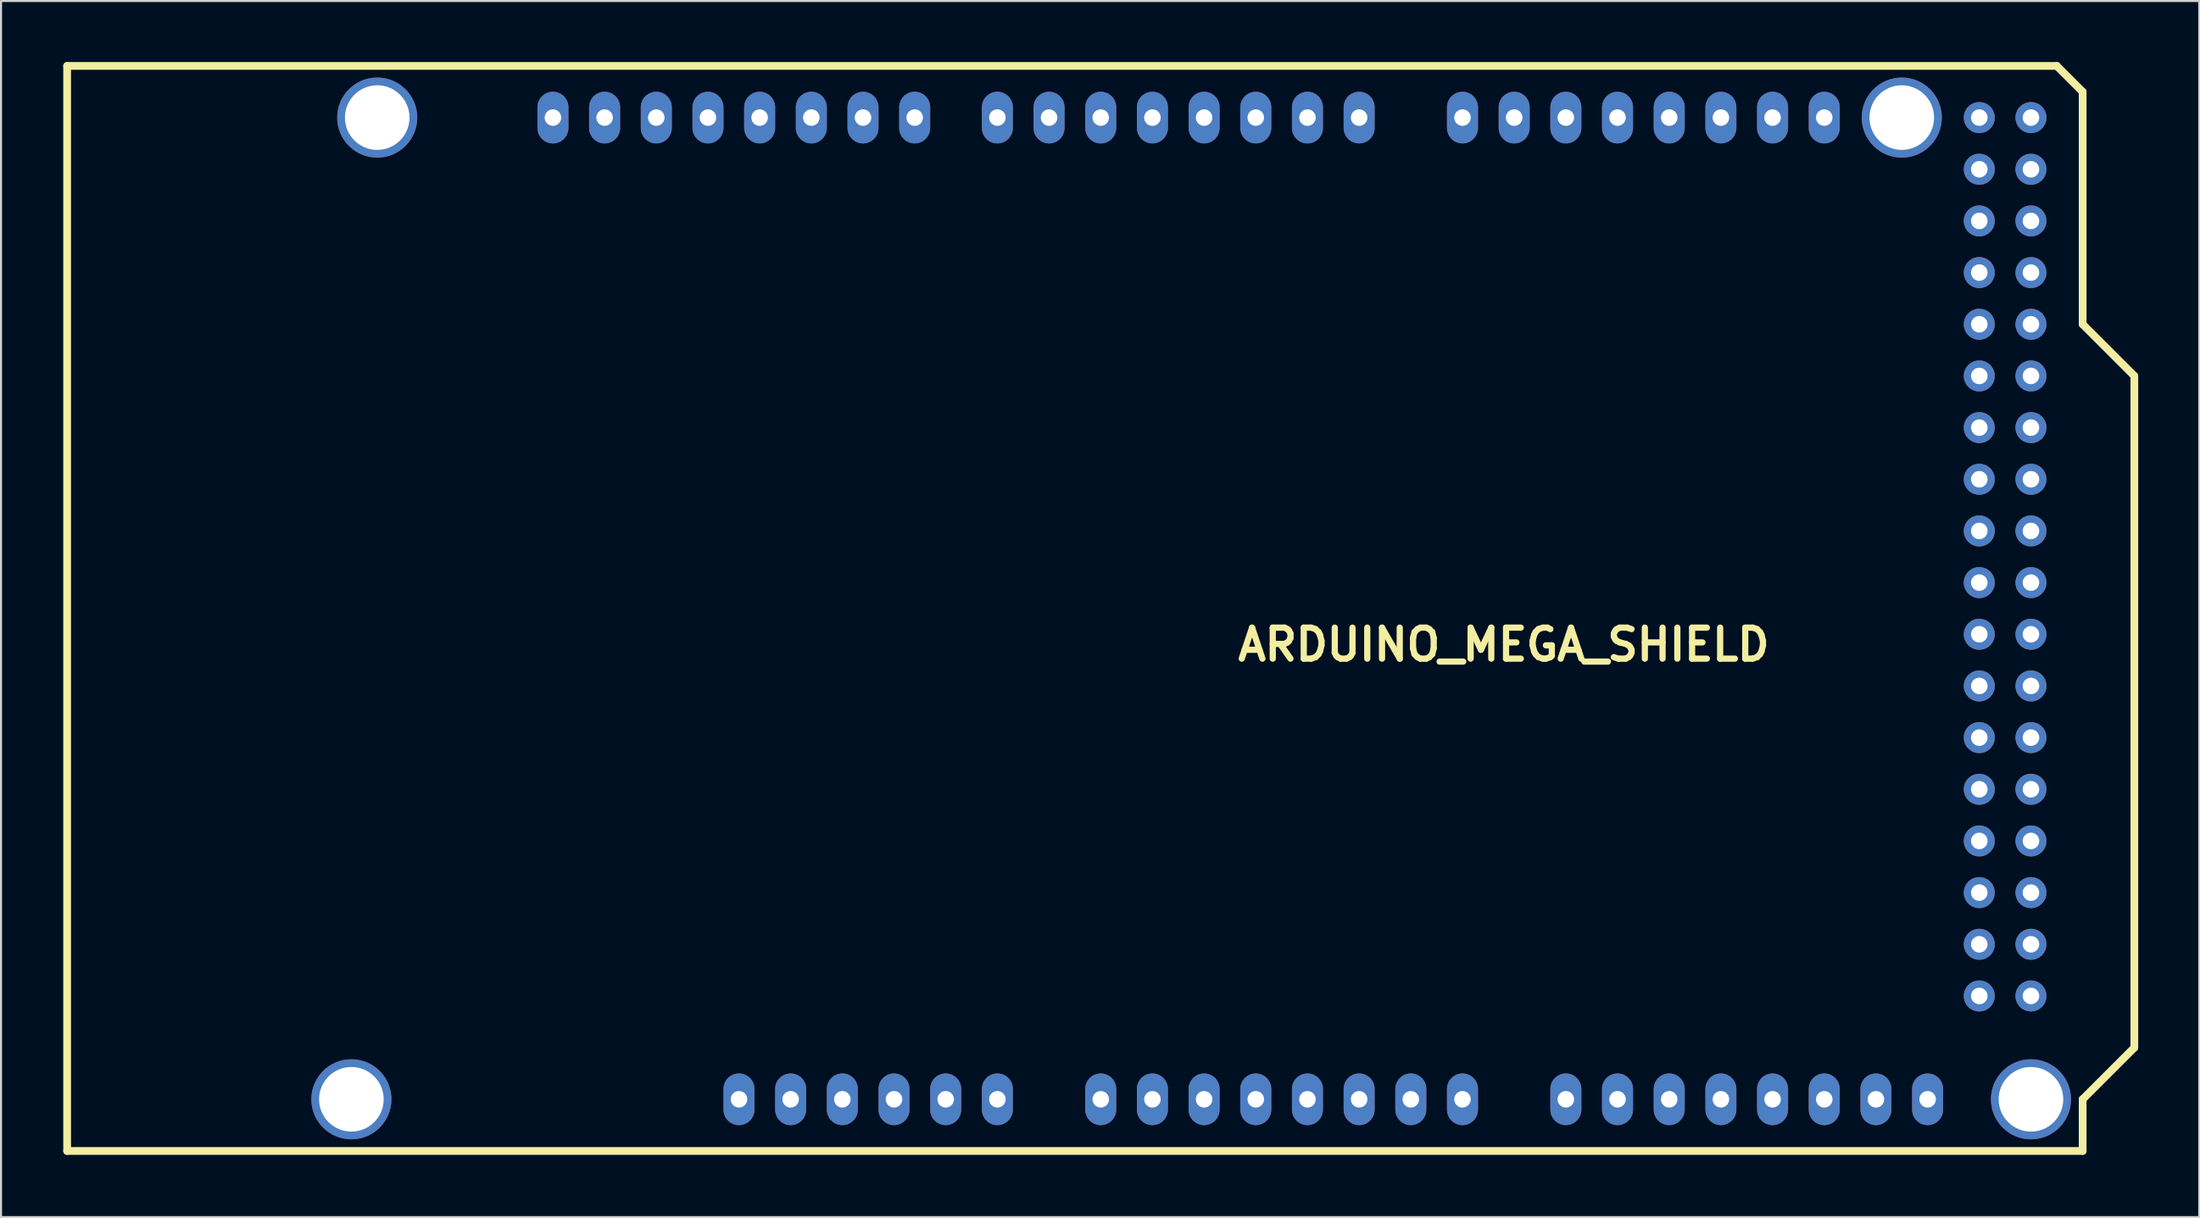
<source format=kicad_pcb>
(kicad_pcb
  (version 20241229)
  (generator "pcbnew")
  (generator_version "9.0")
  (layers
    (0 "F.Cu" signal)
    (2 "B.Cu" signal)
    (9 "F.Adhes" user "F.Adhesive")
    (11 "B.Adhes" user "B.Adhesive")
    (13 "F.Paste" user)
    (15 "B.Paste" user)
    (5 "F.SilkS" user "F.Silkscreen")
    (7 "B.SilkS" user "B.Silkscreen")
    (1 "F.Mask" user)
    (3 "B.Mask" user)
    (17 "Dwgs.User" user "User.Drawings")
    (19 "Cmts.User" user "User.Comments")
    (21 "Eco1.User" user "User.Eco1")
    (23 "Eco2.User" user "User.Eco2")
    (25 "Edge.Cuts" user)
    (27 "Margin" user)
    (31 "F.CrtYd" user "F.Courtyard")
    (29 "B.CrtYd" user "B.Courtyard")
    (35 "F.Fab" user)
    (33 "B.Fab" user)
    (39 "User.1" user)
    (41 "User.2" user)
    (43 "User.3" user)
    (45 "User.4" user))
  (footprint "ARDUINO_MEGA_SHIELD"
    (layer "F.Cu")
    (at 0.25 53.531)
    (property "Reference" "ARDUINO_MEGA_SHIELD" (at 70.612 -24.892 0) (layer "F.SilkS") (effects (font (size 1.524 1.524) (thickness 0.305))))
    (attr through_hole)
    (fp_line (start 0 0) (end 0 -53.34) (stroke (width 0.381) (type solid)) (layer "F.SilkS"))
    (fp_line (start 97.79 -53.34) (end 0 -53.34) (stroke (width 0.381) (type solid)) (layer "F.SilkS"))
    (fp_line (start 99.06 -52.07) (end 97.79 -53.34) (stroke (width 0.381) (type solid)) (layer "F.SilkS"))
    (fp_line (start 99.06 -40.64) (end 99.06 -52.07) (stroke (width 0.381) (type solid)) (layer "F.SilkS"))
    (fp_line (start 99.06 -40.64) (end 101.6 -38.1) (stroke (width 0.381) (type solid)) (layer "F.SilkS"))
    (fp_line (start 99.06 -2.54) (end 99.06 0) (stroke (width 0.381) (type solid)) (layer "F.SilkS"))
    (fp_line (start 99.06 0) (end 0 0) (stroke (width 0.381) (type solid)) (layer "F.SilkS"))
    (fp_line (start 101.6 -38.1) (end 101.6 -5.08) (stroke (width 0.381) (type solid)) (layer "F.SilkS"))
    (fp_line (start 101.6 -5.08) (end 99.06 -2.54) (stroke (width 0.381) (type solid)) (layer "F.SilkS"))
    (pad "" thru_hole circle (at 13.97 -2.54 90) (size 3.937 3.937) (drill 3.175) (layers "*.Cu" "*.Mask"))
    (pad "" thru_hole circle (at 15.24 -50.8 90) (size 3.937 3.937) (drill 3.175) (layers "*.Cu" "*.Mask"))
    (pad "" thru_hole circle (at 90.17 -50.8 90) (size 3.937 3.937) (drill 3.175) (layers "*.Cu" "*.Mask"))
    (pad "" thru_hole circle (at 96.52 -2.54 90) (size 3.937 3.937) (drill 3.175) (layers "*.Cu" "*.Mask"))
    (pad "0" thru_hole oval (at 63.5 -50.8 90) (size 2.54 1.524) (drill 0.813) (layers "*.Cu" "*.Mask"))
    (pad "1" thru_hole oval (at 60.96 -50.8 90) (size 2.54 1.524) (drill 0.813) (layers "*.Cu" "*.Mask"))
    (pad "2" thru_hole oval (at 58.42 -50.8 90) (size 2.54 1.524) (drill 0.813) (layers "*.Cu" "*.Mask"))
    (pad "3" thru_hole oval (at 55.88 -50.8 90) (size 2.54 1.524) (drill 0.813) (layers "*.Cu" "*.Mask"))
    (pad "3V3" thru_hole oval (at 35.56 -2.54 90) (size 2.54 1.524) (drill 0.813) (layers "*.Cu" "*.Mask"))
    (pad "4" thru_hole oval (at 53.34 -50.8 90) (size 2.54 1.524) (drill 0.813) (layers "*.Cu" "*.Mask"))
    (pad "5" thru_hole oval (at 50.8 -50.8 90) (size 2.54 1.524) (drill 0.813) (layers "*.Cu" "*.Mask"))
    (pad "5V" thru_hole oval (at 38.1 -2.54 90) (size 2.54 1.524) (drill 0.813) (layers "*.Cu" "*.Mask"))
    (pad "5V_4" thru_hole circle (at 93.98 -50.8) (size 1.524 1.524) (drill 0.813) (layers "*.Cu" "*.Mask"))
    (pad "5V_5" thru_hole circle (at 96.52 -50.8) (size 1.524 1.524) (drill 0.813) (layers "*.Cu" "*.Mask"))
    (pad "6" thru_hole oval (at 48.26 -50.8 90) (size 2.54 1.524) (drill 0.813) (layers "*.Cu" "*.Mask"))
    (pad "7" thru_hole oval (at 45.72 -50.8 90) (size 2.54 1.524) (drill 0.813) (layers "*.Cu" "*.Mask"))
    (pad "8" thru_hole oval (at 41.656 -50.8 90) (size 2.54 1.524) (drill 0.813) (layers "*.Cu" "*.Mask"))
    (pad "9" thru_hole oval (at 39.116 -50.8 90) (size 2.54 1.524) (drill 0.813) (layers "*.Cu" "*.Mask"))
    (pad "10" thru_hole oval (at 36.576 -50.8 90) (size 2.54 1.524) (drill 0.813) (layers "*.Cu" "*.Mask"))
    (pad "11" thru_hole oval (at 34.036 -50.8 90) (size 2.54 1.524) (drill 0.813) (layers "*.Cu" "*.Mask"))
    (pad "12" thru_hole oval (at 31.496 -50.8 90) (size 2.54 1.524) (drill 0.813) (layers "*.Cu" "*.Mask"))
    (pad "13" thru_hole oval (at 28.956 -50.8 90) (size 2.54 1.524) (drill 0.813) (layers "*.Cu" "*.Mask"))
    (pad "14" thru_hole oval (at 68.58 -50.8 90) (size 2.54 1.524) (drill 0.813) (layers "*.Cu" "*.Mask"))
    (pad "15" thru_hole oval (at 71.12 -50.8 90) (size 2.54 1.524) (drill 0.813) (layers "*.Cu" "*.Mask"))
    (pad "16" thru_hole oval (at 73.66 -50.8 90) (size 2.54 1.524) (drill 0.813) (layers "*.Cu" "*.Mask"))
    (pad "17" thru_hole oval (at 76.2 -50.8 90) (size 2.54 1.524) (drill 0.813) (layers "*.Cu" "*.Mask"))
    (pad "18" thru_hole oval (at 78.74 -50.8 90) (size 2.54 1.524) (drill 0.813) (layers "*.Cu" "*.Mask"))
    (pad "19" thru_hole oval (at 81.28 -50.8 90) (size 2.54 1.524) (drill 0.813) (layers "*.Cu" "*.Mask"))
    (pad "20" thru_hole oval (at 83.82 -50.8 90) (size 2.54 1.524) (drill 0.813) (layers "*.Cu" "*.Mask"))
    (pad "21" thru_hole oval (at 86.36 -50.8 90) (size 2.54 1.524) (drill 0.813) (layers "*.Cu" "*.Mask"))
    (pad "22" thru_hole circle (at 93.98 -48.26) (size 1.524 1.524) (drill 0.813) (layers "*.Cu" "*.Mask"))
    (pad "23" thru_hole circle (at 96.52 -48.26) (size 1.524 1.524) (drill 0.813) (layers "*.Cu" "*.Mask"))
    (pad "24" thru_hole circle (at 93.98 -45.72) (size 1.524 1.524) (drill 0.813) (layers "*.Cu" "*.Mask"))
    (pad "25" thru_hole circle (at 96.52 -45.72) (size 1.524 1.524) (drill 0.813) (layers "*.Cu" "*.Mask"))
    (pad "26" thru_hole circle (at 93.98 -43.18) (size 1.524 1.524) (drill 0.813) (layers "*.Cu" "*.Mask"))
    (pad "27" thru_hole circle (at 96.52 -43.18) (size 1.524 1.524) (drill 0.813) (layers "*.Cu" "*.Mask"))
    (pad "28" thru_hole circle (at 93.98 -40.64) (size 1.524 1.524) (drill 0.813) (layers "*.Cu" "*.Mask"))
    (pad "29" thru_hole circle (at 96.52 -40.64) (size 1.524 1.524) (drill 0.813) (layers "*.Cu" "*.Mask"))
    (pad "30" thru_hole circle (at 93.98 -38.1) (size 1.524 1.524) (drill 0.813) (layers "*.Cu" "*.Mask"))
    (pad "31" thru_hole circle (at 96.52 -38.1) (size 1.524 1.524) (drill 0.813) (layers "*.Cu" "*.Mask"))
    (pad "32" thru_hole circle (at 93.98 -35.56) (size 1.524 1.524) (drill 0.813) (layers "*.Cu" "*.Mask"))
    (pad "33" thru_hole circle (at 96.52 -35.56) (size 1.524 1.524) (drill 0.813) (layers "*.Cu" "*.Mask"))
    (pad "34" thru_hole circle (at 93.98 -33.02) (size 1.524 1.524) (drill 0.813) (layers "*.Cu" "*.Mask"))
    (pad "35" thru_hole circle (at 96.52 -33.02) (size 1.524 1.524) (drill 0.813) (layers "*.Cu" "*.Mask"))
    (pad "36" thru_hole circle (at 93.98 -30.48) (size 1.524 1.524) (drill 0.813) (layers "*.Cu" "*.Mask"))
    (pad "37" thru_hole circle (at 96.52 -30.48) (size 1.524 1.524) (drill 0.813) (layers "*.Cu" "*.Mask"))
    (pad "38" thru_hole circle (at 93.98 -27.94) (size 1.524 1.524) (drill 0.813) (layers "*.Cu" "*.Mask"))
    (pad "39" thru_hole circle (at 96.52 -27.94) (size 1.524 1.524) (drill 0.813) (layers "*.Cu" "*.Mask"))
    (pad "40" thru_hole circle (at 93.98 -25.4) (size 1.524 1.524) (drill 0.813) (layers "*.Cu" "*.Mask"))
    (pad "41" thru_hole circle (at 96.52 -25.4) (size 1.524 1.524) (drill 0.813) (layers "*.Cu" "*.Mask"))
    (pad "42" thru_hole circle (at 93.98 -22.86) (size 1.524 1.524) (drill 0.813) (layers "*.Cu" "*.Mask"))
    (pad "43" thru_hole circle (at 96.52 -22.86) (size 1.524 1.524) (drill 0.813) (layers "*.Cu" "*.Mask"))
    (pad "44" thru_hole circle (at 93.98 -20.32) (size 1.524 1.524) (drill 0.813) (layers "*.Cu" "*.Mask"))
    (pad "45" thru_hole circle (at 96.52 -20.32) (size 1.524 1.524) (drill 0.813) (layers "*.Cu" "*.Mask"))
    (pad "46" thru_hole circle (at 93.98 -17.78) (size 1.524 1.524) (drill 0.813) (layers "*.Cu" "*.Mask"))
    (pad "47" thru_hole circle (at 96.52 -17.78) (size 1.524 1.524) (drill 0.813) (layers "*.Cu" "*.Mask"))
    (pad "48" thru_hole circle (at 93.98 -15.24) (size 1.524 1.524) (drill 0.813) (layers "*.Cu" "*.Mask"))
    (pad "49" thru_hole circle (at 96.52 -15.24) (size 1.524 1.524) (drill 0.813) (layers "*.Cu" "*.Mask"))
    (pad "50" thru_hole circle (at 93.98 -12.7) (size 1.524 1.524) (drill 0.813) (layers "*.Cu" "*.Mask"))
    (pad "51" thru_hole circle (at 96.52 -12.7) (size 1.524 1.524) (drill 0.813) (layers "*.Cu" "*.Mask"))
    (pad "52" thru_hole circle (at 93.98 -10.16) (size 1.524 1.524) (drill 0.813) (layers "*.Cu" "*.Mask"))
    (pad "53" thru_hole circle (at 96.52 -10.16) (size 1.524 1.524) (drill 0.813) (layers "*.Cu" "*.Mask"))
    (pad "AD0" thru_hole oval (at 50.8 -2.54 90) (size 2.54 1.524) (drill 0.813) (layers "*.Cu" "*.Mask"))
    (pad "AD1" thru_hole oval (at 53.34 -2.54 90) (size 2.54 1.524) (drill 0.813) (layers "*.Cu" "*.Mask"))
    (pad "AD2" thru_hole oval (at 55.88 -2.54 90) (size 2.54 1.524) (drill 0.813) (layers "*.Cu" "*.Mask"))
    (pad "AD3" thru_hole oval (at 58.42 -2.54 90) (size 2.54 1.524) (drill 0.813) (layers "*.Cu" "*.Mask"))
    (pad "AD4" thru_hole oval (at 60.96 -2.54 90) (size 2.54 1.524) (drill 0.813) (layers "*.Cu" "*.Mask"))
    (pad "AD5" thru_hole oval (at 63.5 -2.54 90) (size 2.54 1.524) (drill 0.813) (layers "*.Cu" "*.Mask"))
    (pad "AD6" thru_hole oval (at 66.04 -2.54 90) (size 2.54 1.524) (drill 0.813) (layers "*.Cu" "*.Mask"))
    (pad "AD7" thru_hole oval (at 68.58 -2.54 90) (size 2.54 1.524) (drill 0.813) (layers "*.Cu" "*.Mask"))
    (pad "AD8" thru_hole oval (at 73.66 -2.54 90) (size 2.54 1.524) (drill 0.813) (layers "*.Cu" "*.Mask"))
    (pad "AD9" thru_hole oval (at 76.2 -2.54 90) (size 2.54 1.524) (drill 0.813) (layers "*.Cu" "*.Mask"))
    (pad "AD10" thru_hole oval (at 78.74 -2.54 90) (size 2.54 1.524) (drill 0.813) (layers "*.Cu" "*.Mask"))
    (pad "AD11" thru_hole oval (at 81.28 -2.54 90) (size 2.54 1.524) (drill 0.813) (layers "*.Cu" "*.Mask"))
    (pad "AD12" thru_hole oval (at 83.82 -2.54 90) (size 2.54 1.524) (drill 0.813) (layers "*.Cu" "*.Mask"))
    (pad "AD13" thru_hole oval (at 86.36 -2.54 90) (size 2.54 1.524) (drill 0.813) (layers "*.Cu" "*.Mask"))
    (pad "AD14" thru_hole oval (at 88.9 -2.54 90) (size 2.54 1.524) (drill 0.813) (layers "*.Cu" "*.Mask"))
    (pad "AD15" thru_hole oval (at 91.44 -2.54 90) (size 2.54 1.524) (drill 0.813) (layers "*.Cu" "*.Mask"))
    (pad "AREF" thru_hole oval (at 23.876 -50.8 90) (size 2.54 1.524) (drill 0.813) (layers "*.Cu" "*.Mask"))
    (pad "GND1" thru_hole oval (at 40.64 -2.54 90) (size 2.54 1.524) (drill 0.813) (layers "*.Cu" "*.Mask"))
    (pad "GND2" thru_hole oval (at 43.18 -2.54 90) (size 2.54 1.524) (drill 0.813) (layers "*.Cu" "*.Mask"))
    (pad "GND3" thru_hole oval (at 26.416 -50.8 90) (size 2.54 1.524) (drill 0.813) (layers "*.Cu" "*.Mask"))
    (pad "GND4" thru_hole circle (at 93.98 -7.62) (size 1.524 1.524) (drill 0.813) (layers "*.Cu" "*.Mask"))
    (pad "GND5" thru_hole circle (at 96.52 -7.62) (size 1.524 1.524) (drill 0.813) (layers "*.Cu" "*.Mask"))
    (pad "RST" thru_hole oval (at 33.02 -2.54 90) (size 2.54 1.524) (drill 0.813) (layers "*.Cu" "*.Mask"))
    (pad "V_IN" thru_hole oval (at 45.72 -2.54 90) (size 2.54 1.524) (drill 0.813) (layers "*.Cu" "*.Mask")))
  (gr_rect
    (start -3 -3)
    (end 105.04 56.781)
    (stroke (width 0.1) (type default))
    (fill no)
    (layer "Edge.Cuts")))
</source>
